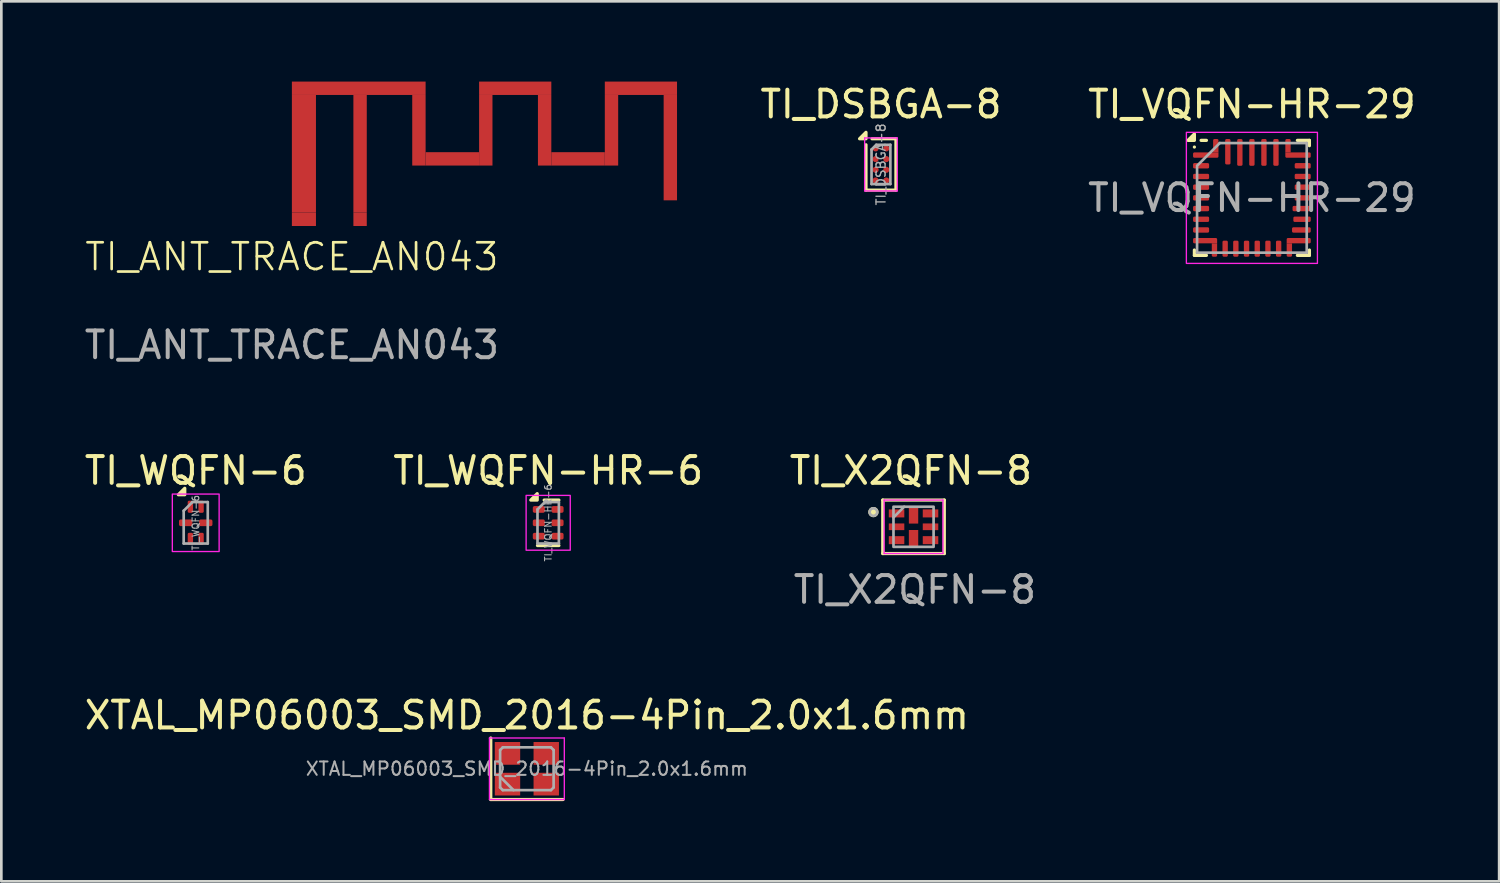
<source format=kicad_pcb>
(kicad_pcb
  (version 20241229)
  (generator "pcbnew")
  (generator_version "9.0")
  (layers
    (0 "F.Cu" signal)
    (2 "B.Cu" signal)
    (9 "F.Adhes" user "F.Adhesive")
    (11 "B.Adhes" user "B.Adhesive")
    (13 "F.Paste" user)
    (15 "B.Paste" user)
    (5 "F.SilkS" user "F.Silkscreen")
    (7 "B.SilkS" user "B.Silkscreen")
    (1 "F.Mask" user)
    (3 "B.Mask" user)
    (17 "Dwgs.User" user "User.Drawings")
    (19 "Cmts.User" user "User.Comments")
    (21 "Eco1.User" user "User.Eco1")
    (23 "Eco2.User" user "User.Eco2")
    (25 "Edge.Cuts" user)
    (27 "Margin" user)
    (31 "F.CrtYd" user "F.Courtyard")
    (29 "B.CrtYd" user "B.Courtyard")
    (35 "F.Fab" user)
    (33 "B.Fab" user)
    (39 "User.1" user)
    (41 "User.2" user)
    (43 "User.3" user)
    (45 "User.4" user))
  (footprint "XTAL_MP06003_SMD_2016-4Pin_2.0x1.6mm"
    (layer "F.Cu")
    (at 16.649 25.693)
    (property "Reference" "XTAL_MP06003_SMD_2016-4Pin_2.0x1.6mm" (at 0 -2 0) (layer "F.SilkS") (effects (font (size 1 1) (thickness 0.15))))
    (attr smd)
    (fp_line (start -1.35 -1.15) (end -1.35 1.15) (stroke (width 0.12) (type solid)) (layer "F.SilkS"))
    (fp_line (start -1.35 1.15) (end 1.35 1.15) (stroke (width 0.12) (type solid)) (layer "F.SilkS"))
    (fp_line (start -1.4 -1.15) (end -1.4 1.15) (stroke (width 0.05) (type solid)) (layer "F.CrtYd"))
    (fp_line (start -1.4 1.15) (end 1.4 1.15) (stroke (width 0.05) (type solid)) (layer "F.CrtYd"))
    (fp_line (start 1.4 -1.15) (end -1.4 -1.15) (stroke (width 0.05) (type solid)) (layer "F.CrtYd"))
    (fp_line (start 1.4 1.15) (end 1.4 -1.15) (stroke (width 0.05) (type solid)) (layer "F.CrtYd"))
    (fp_line (start -1 -0.7) (end -0.9 -0.8) (stroke (width 0.1) (type solid)) (layer "F.Fab"))
    (fp_line (start -1 0.3) (end -0.5 0.8) (stroke (width 0.1) (type solid)) (layer "F.Fab"))
    (fp_line (start -1 0.7) (end -1 -0.7) (stroke (width 0.1) (type solid)) (layer "F.Fab"))
    (fp_line (start -0.9 -0.8) (end 0.9 -0.8) (stroke (width 0.1) (type solid)) (layer "F.Fab"))
    (fp_line (start -0.9 0.8) (end -1 0.7) (stroke (width 0.1) (type solid)) (layer "F.Fab"))
    (fp_line (start 0.9 -0.8) (end 1 -0.7) (stroke (width 0.1) (type solid)) (layer "F.Fab"))
    (fp_line (start 0.9 0.8) (end -0.9 0.8) (stroke (width 0.1) (type solid)) (layer "F.Fab"))
    (fp_line (start 1 -0.7) (end 1 0.7) (stroke (width 0.1) (type solid)) (layer "F.Fab"))
    (fp_line (start 1 0.7) (end 0.9 0.8) (stroke (width 0.1) (type solid)) (layer "F.Fab"))
    (fp_text user "${REFERENCE}" (at 0 0 0) (layer "F.Fab") (effects (font (size 0.5 0.5) (thickness 0.075))))
    (pad "1" smd rect (at -0.725 0.575) (size 0.95 0.85) (layers "F.Cu" "F.Mask" "F.Paste"))
    (pad "2" smd rect (at 0.725 0.575) (size 0.95 0.85) (layers "F.Cu" "F.Mask" "F.Paste"))
    (pad "3" smd rect (at 0.725 -0.575) (size 0.95 0.85) (layers "F.Cu" "F.Mask" "F.Paste"))
    (pad "4" smd rect (at -0.725 -0.575) (size 0.95 0.85) (layers "F.Cu" "F.Mask" "F.Paste")))
  (footprint "TI_VQFN-HR-29"
    (layer "F.Cu")
    (at 43.757 4.348)
    (property "Reference" "TI_VQFN-HR-29" (at 0 -3.5 0) (unlocked yes) (layer "F.SilkS") (effects (font (size 1 1) (thickness 0.15))))
    (attr smd allow_soldermask_bridges)
    (fp_line (start -2.15 -1.9) (end -2.15 -1.9) (stroke (width 0.12) (type default)) (layer "F.SilkS"))
    (fp_line (start -2.15 1.95) (end -2.15 2.15) (stroke (width 0.12) (type default)) (layer "F.SilkS"))
    (fp_line (start -2.15 2.15) (end -1.7 2.15) (stroke (width 0.12) (type default)) (layer "F.SilkS"))
    (fp_line (start -1.7 -2.15) (end -1.9 -2.15) (stroke (width 0.12) (type default)) (layer "F.SilkS"))
    (fp_line (start 2.15 -2.15) (end 1.7 -2.15) (stroke (width 0.12) (type default)) (layer "F.SilkS"))
    (fp_line (start 2.15 -1.95) (end 2.15 -2.15) (stroke (width 0.12) (type default)) (layer "F.SilkS"))
    (fp_line (start 2.15 1.95) (end 2.15 2.15) (stroke (width 0.12) (type default)) (layer "F.SilkS"))
    (fp_line (start 2.15 2.15) (end 1.7 2.15) (stroke (width 0.12) (type default)) (layer "F.SilkS"))
    (fp_poly (pts (xy -2.15 -2.15) (xy -2.39 -2.15) (xy -2.15 -2.39) (xy -2.15 -2.15)) (stroke (width 0.12) (type solid)) (fill yes) (layer "F.SilkS"))
    (fp_rect (start -2.45 -2.45) (end 2.45 2.45) (stroke (width 0.05) (type solid)) (fill no) (layer "F.CrtYd"))
    (fp_line (start -2.05 -1.2) (end -1.2 -2.05) (stroke (width 0.1) (type default)) (layer "F.Fab"))
    (fp_line (start -2.05 2.05) (end -2.05 -1.15) (stroke (width 0.1) (type default)) (layer "F.Fab"))
    (fp_line (start -1.2 -2.05) (end 2.05 -2.05) (stroke (width 0.1) (type default)) (layer "F.Fab"))
    (fp_line (start 2.05 -2.05) (end 2.05 2.05) (stroke (width 0.1) (type default)) (layer "F.Fab"))
    (fp_line (start 2.05 2.05) (end -2.05 2.05) (stroke (width 0.1) (type default)) (layer "F.Fab"))
    (fp_text user "${REFERENCE}" (at 0 0 0) (unlocked yes) (layer "F.Fab") (effects (font (size 1 1) (thickness 0.15))))
    (pad "1" smd roundrect (at -1.725 -1.6) (size 0.95 0.2) (layers "F.Cu" "F.Mask" "F.Paste") (roundrect_rratio 0.25) (chamfer_ratio 0) (chamfer top_right))
    (pad "1" smd roundrect (at -1.35 -1.95 270) (size 0.5 0.2) (layers "F.Cu" "F.Mask" "F.Paste") (roundrect_rratio 0.25) (chamfer_ratio 0) (chamfer top_right bottom_right))
    (pad "2" smd roundrect (at -1.9 -1.2) (size 0.6 0.2) (layers "F.Cu" "F.Mask" "F.Paste") (roundrect_rratio 0.25))
    (pad "3" smd roundrect (at -1.9 -0.8) (size 0.6 0.2) (layers "F.Cu" "F.Mask" "F.Paste") (roundrect_rratio 0.25))
    (pad "4" smd roundrect (at -1.9 -0.4) (size 0.6 0.2) (layers "F.Cu" "F.Mask" "F.Paste") (roundrect_rratio 0.25))
    (pad "5" smd roundrect (at -1.9 0) (size 0.6 0.2) (layers "F.Cu" "F.Mask" "F.Paste") (roundrect_rratio 0.25))
    (pad "6" smd roundrect (at -1.9 0.4) (size 0.6 0.2) (layers "F.Cu" "F.Mask" "F.Paste") (roundrect_rratio 0.25))
    (pad "7" smd roundrect (at -1.9 0.8) (size 0.6 0.2) (layers "F.Cu" "F.Mask" "F.Paste") (roundrect_rratio 0.25))
    (pad "8" smd roundrect (at -1.9 1.2) (size 0.6 0.2) (layers "F.Cu" "F.Mask" "F.Paste") (roundrect_rratio 0.25))
    (pad "9" smd roundrect (at -1.75 1.6) (size 0.9 0.2) (layers "F.Cu" "F.Mask" "F.Paste") (roundrect_rratio 0.25) (chamfer_ratio 0) (chamfer bottom_right))
    (pad "9" smd roundrect (at -1.4 1.95 90) (size 0.5 0.2) (layers "F.Cu" "F.Mask" "F.Paste") (roundrect_rratio 0.25) (chamfer_ratio 0) (chamfer top_right bottom_right))
    (pad "10" smd roundrect (at -1 1.9 90) (size 0.6 0.2) (layers "F.Cu" "F.Mask" "F.Paste") (roundrect_rratio 0.25))
    (pad "11" smd roundrect (at -0.6 1.9 90) (size 0.6 0.2) (layers "F.Cu" "F.Mask" "F.Paste") (roundrect_rratio 0.25))
    (pad "12" smd roundrect (at -0.2 1.9 90) (size 0.6 0.2) (layers "F.Cu" "F.Mask" "F.Paste") (roundrect_rratio 0.25))
    (pad "13" smd roundrect (at 0.2 1.9 90) (size 0.6 0.2) (layers "F.Cu" "F.Mask" "F.Paste") (roundrect_rratio 0.25))
    (pad "14" smd roundrect (at 0.6 1.9 90) (size 0.6 0.2) (layers "F.Cu" "F.Mask" "F.Paste") (roundrect_rratio 0.25))
    (pad "15" smd roundrect (at 1 1.9 90) (size 0.6 0.2) (layers "F.Cu" "F.Mask" "F.Paste") (roundrect_rratio 0.25))
    (pad "16" smd roundrect (at 1.4 1.95 270) (size 0.5 0.2) (layers "F.Cu" "F.Mask" "F.Paste") (roundrect_rratio 0.25) (chamfer_ratio 0) (chamfer top_left bottom_left))
    (pad "16" smd roundrect (at 1.75 1.6) (size 0.9 0.2) (layers "F.Cu" "F.Mask" "F.Paste") (roundrect_rratio 0.25) (chamfer_ratio 0) (chamfer bottom_left))
    (pad "17" smd roundrect (at 1.85 1.2) (size 0.7 0.2) (layers "F.Cu" "F.Mask" "F.Paste") (roundrect_rratio 0.25))
    (pad "18" smd roundrect (at 1.875 0.8) (size 0.65 0.2) (layers "F.Cu" "F.Mask" "F.Paste") (roundrect_rratio 0.25))
    (pad "19" smd roundrect (at 1.86 0.4) (size 0.68 0.2) (layers "F.Cu" "F.Mask" "F.Paste") (roundrect_rratio 0.25))
    (pad "20" smd roundrect (at 1.9 0 180) (size 0.6 0.2) (layers "F.Cu" "F.Mask" "F.Paste") (roundrect_rratio 0.25))
    (pad "21" smd roundrect (at 1.9 -0.4 180) (size 0.6 0.2) (layers "F.Cu" "F.Mask" "F.Paste") (roundrect_rratio 0.25))
    (pad "22" smd roundrect (at 1.9 -0.8 180) (size 0.6 0.2) (layers "F.Cu" "F.Mask" "F.Paste") (roundrect_rratio 0.25))
    (pad "23" smd roundrect (at 1.9 -1.2 180) (size 0.6 0.2) (layers "F.Cu" "F.Mask" "F.Paste") (roundrect_rratio 0.25))
    (pad "24" smd roundrect (at 1.35 -1.95 90) (size 0.5 0.2) (layers "F.Cu" "F.Mask" "F.Paste") (roundrect_rratio 0.25) (chamfer_ratio 0) (chamfer top_left bottom_left))
    (pad "24" smd roundrect (at 1.725 -1.6) (size 0.95 0.2) (layers "F.Cu" "F.Mask" "F.Paste") (roundrect_rratio 0.25) (chamfer_ratio 0) (chamfer top_left))
    (pad "25" smd roundrect (at 0.9 -1.7 90) (size 1 0.2) (layers "F.Cu" "F.Mask" "F.Paste") (roundrect_rratio 0.25))
    (pad "26" smd roundrect (at 0.45 -1.7 90) (size 1 0.2) (layers "F.Cu" "F.Mask" "F.Paste") (roundrect_rratio 0.25))
    (pad "27" smd roundrect (at 0 -1.7 90) (size 1 0.2) (layers "F.Cu" "F.Mask" "F.Paste") (roundrect_rratio 0.25))
    (pad "28" smd roundrect (at -0.45 -1.7 90) (size 1 0.2) (layers "F.Cu" "F.Mask" "F.Paste") (roundrect_rratio 0.25))
    (pad "29" smd roundrect (at -0.9 -1.725 90) (size 0.95 0.2) (layers "F.Cu" "F.Mask" "F.Paste") (roundrect_rratio 0.25)))
  (footprint "TI_WQFN-6"
    (layer "F.Cu")
    (at 4.268 16.497)
    (property "Reference" "TI_WQFN-6" (at 0 -1.95 0) (unlocked yes) (layer "F.SilkS") (effects (font (size 1 1) (thickness 0.15))))
    (attr smd)
    (fp_poly (pts (xy -0.41 -1.05) (xy -0.65 -1.05) (xy -0.41 -1.29) (xy -0.41 -1.05)) (stroke (width 0.12) (type solid)) (fill yes) (layer "F.SilkS"))
    (fp_rect (start -0.875 -1.075) (end 0.875 1.075) (stroke (width 0.05) (type default)) (fill no) (layer "F.CrtYd"))
    (fp_line (start -0.45 -0.45) (end -0.125 -0.775) (stroke (width 0.1) (type default)) (layer "F.Fab"))
    (fp_line (start -0.45 0.775) (end -0.45 -0.45) (stroke (width 0.1) (type default)) (layer "F.Fab"))
    (fp_line (start -0.125 -0.775) (end 0.45 -0.775) (stroke (width 0.1) (type default)) (layer "F.Fab"))
    (fp_line (start 0.45 -0.775) (end 0.45 0.775) (stroke (width 0.1) (type default)) (layer "F.Fab"))
    (fp_line (start 0.45 0.775) (end -0.45 0.775) (stroke (width 0.1) (type default)) (layer "F.Fab"))
    (fp_text user "${REFERENCE}" (at 0 0 90) (unlocked yes) (layer "F.Fab") (effects (font (size 0.25 0.25) (thickness 0.04))))
    (pad "1" smd roundrect (at -0.2 -0.6 90) (size 0.45 0.2) (layers "F.Cu" "F.Mask" "F.Paste") (roundrect_rratio 0.25))
    (pad "2" smd roundrect (at -0.375 0) (size 0.5 0.25) (layers "F.Cu" "F.Mask" "F.Paste") (roundrect_rratio 0.25))
    (pad "3" smd roundrect (at -0.2 0.6 90) (size 0.45 0.2) (layers "F.Cu" "F.Mask" "F.Paste") (roundrect_rratio 0.25))
    (pad "4" smd roundrect (at 0.2 0.6 90) (size 0.45 0.2) (layers "F.Cu" "F.Mask" "F.Paste") (roundrect_rratio 0.25))
    (pad "5" smd roundrect (at 0.375 0) (size 0.5 0.25) (layers "F.Cu" "F.Mask" "F.Paste") (roundrect_rratio 0.25))
    (pad "6" smd roundrect (at 0.2 -0.6 90) (size 0.45 0.2) (layers "F.Cu" "F.Mask" "F.Paste") (roundrect_rratio 0.25)))
  (footprint "TI_DSBGA-8"
    (layer "F.Cu")
    (at 29.888 3.098)
    (property "Reference" "TI_DSBGA-8" (at 0 -2.25 0) (layer "F.SilkS") (effects (font (size 1 1) (thickness 0.15))))
    (attr smd)
    (fp_line (start -0.56 0.96) (end -0.56 -0.735) (stroke (width 0.12) (type solid)) (layer "F.SilkS"))
    (fp_line (start -0.335 -0.96) (end 0.56 -0.96) (stroke (width 0.12) (type solid)) (layer "F.SilkS"))
    (fp_line (start 0.56 -0.96) (end 0.56 0.96) (stroke (width 0.12) (type solid)) (layer "F.SilkS"))
    (fp_line (start 0.56 0.96) (end -0.56 0.96) (stroke (width 0.12) (type solid)) (layer "F.SilkS"))
    (fp_poly (pts (xy -0.56 -0.96) (xy -0.8 -0.96) (xy -0.56 -1.2) (xy -0.56 -0.96)) (stroke (width 0.12) (type solid)) (fill yes) (layer "F.SilkS"))
    (fp_line (start -0.61 -0.99) (end -0.61 0.99) (stroke (width 0.05) (type solid)) (layer "F.CrtYd"))
    (fp_line (start -0.61 0.99) (end 0.61 0.99) (stroke (width 0.05) (type solid)) (layer "F.CrtYd"))
    (fp_line (start 0.61 -0.99) (end -0.61 -0.99) (stroke (width 0.05) (type solid)) (layer "F.CrtYd"))
    (fp_line (start 0.61 0.99) (end 0.61 -0.99) (stroke (width 0.05) (type solid)) (layer "F.CrtYd"))
    (fp_line (start -0.352 -0.558) (end -0.176 -0.734) (stroke (width 0.1) (type solid)) (layer "F.Fab"))
    (fp_line (start -0.352 0.734) (end -0.352 -0.558) (stroke (width 0.1) (type solid)) (layer "F.Fab"))
    (fp_line (start -0.176 -0.734) (end 0.352 -0.734) (stroke (width 0.1) (type solid)) (layer "F.Fab"))
    (fp_line (start 0.352 -0.734) (end 0.352 0.734) (stroke (width 0.1) (type solid)) (layer "F.Fab"))
    (fp_line (start 0.352 0.734) (end -0.352 0.734) (stroke (width 0.1) (type solid)) (layer "F.Fab"))
    (fp_text user "${REFERENCE}" (at 0 0 270) (layer "F.Fab") (effects (font (size 0.34 0.34) (thickness 0.051))))
    (pad "A1" smd circle (at -0.2 -0.6) (size 0.23 0.23) (property pad_prop_bga) (layers "F.Cu" "F.Mask" "F.Paste"))
    (pad "A2" smd circle (at 0.2 -0.6) (size 0.23 0.23) (property pad_prop_bga) (layers "F.Cu" "F.Mask" "F.Paste"))
    (pad "B1" smd circle (at -0.2 -0.2) (size 0.23 0.23) (property pad_prop_bga) (layers "F.Cu" "F.Mask" "F.Paste"))
    (pad "B2" smd circle (at 0.2 -0.2) (size 0.23 0.23) (property pad_prop_bga) (layers "F.Cu" "F.Mask" "F.Paste"))
    (pad "C1" smd circle (at -0.2 0.2) (size 0.23 0.23) (property pad_prop_bga) (layers "F.Cu" "F.Mask" "F.Paste"))
    (pad "C2" smd circle (at 0.2 0.2) (size 0.23 0.23) (property pad_prop_bga) (layers "F.Cu" "F.Mask" "F.Paste"))
    (pad "D1" smd circle (at -0.2 0.6) (size 0.23 0.23) (property pad_prop_bga) (layers "F.Cu" "F.Mask" "F.Paste"))
    (pad "D2" smd circle (at 0.2 0.6) (size 0.23 0.23) (property pad_prop_bga) (layers "F.Cu" "F.Mask" "F.Paste")))
  (footprint "TI_WQFN-HR-6"
    (layer "F.Cu")
    (at 17.446 16.497)
    (property "Reference" "TI_WQFN-HR-6" (at 0 -1.95 0) (unlocked yes) (layer "F.SilkS") (effects (font (size 1 1) (thickness 0.15))))
    (attr smd)
    (fp_line (start 0.4 -0.85) (end -0.15 -0.85) (stroke (width 0.12) (type default)) (layer "F.SilkS"))
    (fp_line (start 0.4 0.85) (end -0.4 0.85) (stroke (width 0.12) (type default)) (layer "F.SilkS"))
    (fp_poly (pts (xy -0.41 -0.85) (xy -0.65 -0.85) (xy -0.41 -1.09) (xy -0.41 -0.85)) (stroke (width 0.12) (type solid)) (fill yes) (layer "F.SilkS"))
    (fp_rect (start -0.825 -1.025) (end 0.825 1.025) (stroke (width 0.05) (type default)) (fill no) (layer "F.CrtYd"))
    (fp_line (start -0.4 -0.5) (end -0.125 -0.775) (stroke (width 0.1) (type default)) (layer "F.Fab"))
    (fp_line (start -0.4 0.775) (end -0.4 -0.5) (stroke (width 0.1) (type default)) (layer "F.Fab"))
    (fp_line (start -0.125 -0.775) (end 0.4 -0.775) (stroke (width 0.1) (type default)) (layer "F.Fab"))
    (fp_line (start 0.4 -0.775) (end 0.4 0.775) (stroke (width 0.1) (type default)) (layer "F.Fab"))
    (fp_line (start 0.4 0.775) (end -0.4 0.775) (stroke (width 0.1) (type default)) (layer "F.Fab"))
    (fp_text user "${REFERENCE}" (at 0 0 90) (unlocked yes) (layer "F.Fab") (effects (font (size 0.25 0.25) (thickness 0.04))))
    (pad "1" smd roundrect (at -0.35 -0.5) (size 0.45 0.25) (layers "F.Cu" "F.Mask" "F.Paste") (roundrect_rratio 0.25))
    (pad "2" smd roundrect (at -0.35 0) (size 0.45 0.25) (layers "F.Cu" "F.Mask" "F.Paste") (roundrect_rratio 0.25))
    (pad "3" smd roundrect (at -0.35 0.5) (size 0.45 0.25) (layers "F.Cu" "F.Mask" "F.Paste") (roundrect_rratio 0.25))
    (pad "4" smd roundrect (at 0.35 0.5) (size 0.45 0.25) (layers "F.Cu" "F.Mask" "F.Paste") (roundrect_rratio 0.25))
    (pad "5" smd roundrect (at 0.35 0) (size 0.45 0.25) (layers "F.Cu" "F.Mask" "F.Paste") (roundrect_rratio 0.25))
    (pad "6" smd roundrect (at 0.35 -0.5) (size 0.45 0.25) (layers "F.Cu" "F.Mask" "F.Paste") (roundrect_rratio 0.25)))
  (footprint "TI_ANT_TRACE_AN043"
    (layer "F.Cu")
    (at 7.863 5.4)
    (property "Reference" "TI_ANT_TRACE_AN043" (at 0 1.15 0) (unlocked yes) (layer "F.SilkS") (effects (font (size 1 1) (thickness 0.1))))
    (attr exclude_from_pos_files exclude_from_bom)
    (fp_rect (start 0 -4.9) (end 5 -5.4) (stroke (width 0) (type solid)) (fill yes) (layer "F.Cu"))
    (fp_rect (start 0 -0.5) (end 0.9 -4.9) (stroke (width 0) (type solid)) (fill yes) (layer "F.Cu"))
    (fp_rect (start 2.3 -0.5) (end 2.8 -4.9) (stroke (width 0) (type solid)) (fill yes) (layer "F.Cu"))
    (fp_rect (start 4.5 -2.26) (end 5 -4.9) (stroke (width 0) (type solid)) (fill yes) (layer "F.Cu"))
    (fp_rect (start 5 -2.26) (end 7 -2.76) (stroke (width 0) (type solid)) (fill yes) (layer "F.Cu"))
    (fp_rect (start 7 -4.9) (end 9.7 -5.4) (stroke (width 0) (type solid)) (fill yes) (layer "F.Cu"))
    (fp_rect (start 7 -2.26) (end 7.5 -4.9) (stroke (width 0) (type solid)) (fill yes) (layer "F.Cu"))
    (fp_rect (start 9.2 -2.26) (end 9.7 -4.9) (stroke (width 0) (type solid)) (fill yes) (layer "F.Cu"))
    (fp_rect (start 9.7 -2.26) (end 11.7 -2.76) (stroke (width 0) (type solid)) (fill yes) (layer "F.Cu"))
    (fp_rect (start 11.7 -4.9) (end 14.4 -5.4) (stroke (width 0) (type solid)) (fill yes) (layer "F.Cu"))
    (fp_rect (start 11.7 -2.26) (end 12.2 -4.9) (stroke (width 0) (type solid)) (fill yes) (layer "F.Cu"))
    (fp_rect (start 13.9 -0.96) (end 14.4 -4.9) (stroke (width 0) (type solid)) (fill yes) (layer "F.Cu"))
    (fp_text user "${REFERENCE}" (at 0 4.45 0) (unlocked yes) (layer "F.Fab") (effects (font (size 1 1) (thickness 0.15))))
    (pad "1" smd rect (at 2.55 -0.25) (size 0.5 0.5) (layers "F.Cu"))
    (pad "2" smd rect (at 0.45 -0.25) (size 0.9 0.5) (layers "F.Cu")))
  (footprint "TI_X2QFN-8"
    (layer "F.Cu")
    (at 31.106 16.646)
    (property "Reference" "TI_X2QFN-8" (at -0.1 -2.1 0) (unlocked yes) (layer "F.SilkS") (effects (font (size 1 1) (thickness 0.15))))
    (attr smd)
    (fp_line (start -1.15 -1) (end -1.15 1) (stroke (width 0.12) (type solid)) (layer "F.SilkS"))
    (fp_line (start -1.15 -1) (end 1.15 -1) (stroke (width 0.12) (type solid)) (layer "F.SilkS"))
    (fp_line (start -1.15 1) (end 1.15 1) (stroke (width 0.12) (type solid)) (layer "F.SilkS"))
    (fp_line (start 1.15 -1) (end 1.15 1) (stroke (width 0.12) (type solid)) (layer "F.SilkS"))
    (fp_circle (center -1.5 -0.55) (end -1.4 -0.65) (stroke (width 0.1) (type default)) (fill yes) (layer "F.SilkS"))
    (fp_line (start -1.1 -1) (end 1.1 -1) (stroke (width 0.05) (type solid)) (layer "F.CrtYd"))
    (fp_line (start -1.1 1) (end -1.1 -1) (stroke (width 0.05) (type solid)) (layer "F.CrtYd"))
    (fp_line (start 1.1 -1) (end 1.1 1) (stroke (width 0.05) (type solid)) (layer "F.CrtYd"))
    (fp_line (start 1.1 1) (end -1.1 1) (stroke (width 0.05) (type solid)) (layer "F.CrtYd"))
    (fp_line (start -0.35 -0.75) (end -0.75 -0.35) (stroke (width 0.1) (type default)) (layer "F.Fab"))
    (fp_rect (start -0.75 -0.75) (end 0.75 0.75) (stroke (width 0.1) (type solid)) (fill no) (layer "F.Fab"))
    (fp_circle (center -1.5 -0.55) (end -1.4 -0.45) (stroke (width 0.1) (type solid)) (fill no) (layer "F.Fab"))
    (fp_text user "${REFERENCE}" (at 0.05 2.35 0) (unlocked yes) (layer "F.Fab") (effects (font (size 1 1) (thickness 0.15))))
    (pad "1" smd rect (at -0.635 -0.5 180) (size 0.58 0.3) (layers "F.Cu" "F.Mask" "F.Paste"))
    (pad "2" smd rect (at -0.635 0 180) (size 0.58 0.25) (layers "F.Cu" "F.Mask" "F.Paste"))
    (pad "3" smd rect (at -0.635 0.5 180) (size 0.58 0.3) (layers "F.Cu" "F.Mask" "F.Paste"))
    (pad "4" smd rect (at 0 0.435 180) (size 0.35 0.63) (layers "F.Cu" "F.Mask" "F.Paste"))
    (pad "5" smd rect (at 0.635 0.5 180) (size 0.58 0.3) (layers "F.Cu" "F.Mask" "F.Paste"))
    (pad "6" smd rect (at 0.635 0 180) (size 0.58 0.25) (layers "F.Cu" "F.Mask" "F.Paste"))
    (pad "7" smd rect (at 0.635 -0.5 180) (size 0.58 0.3) (layers "F.Cu" "F.Mask" "F.Paste"))
    (pad "8" smd rect (at 0 -0.435 180) (size 0.35 0.63) (layers "F.Cu" "F.Mask" "F.Paste")))
  (gr_rect
    (start -3 -3)
    (end 53.001 29.903)
    (stroke (width 0.1) (type default))
    (fill no)
    (layer "Edge.Cuts")))
</source>
